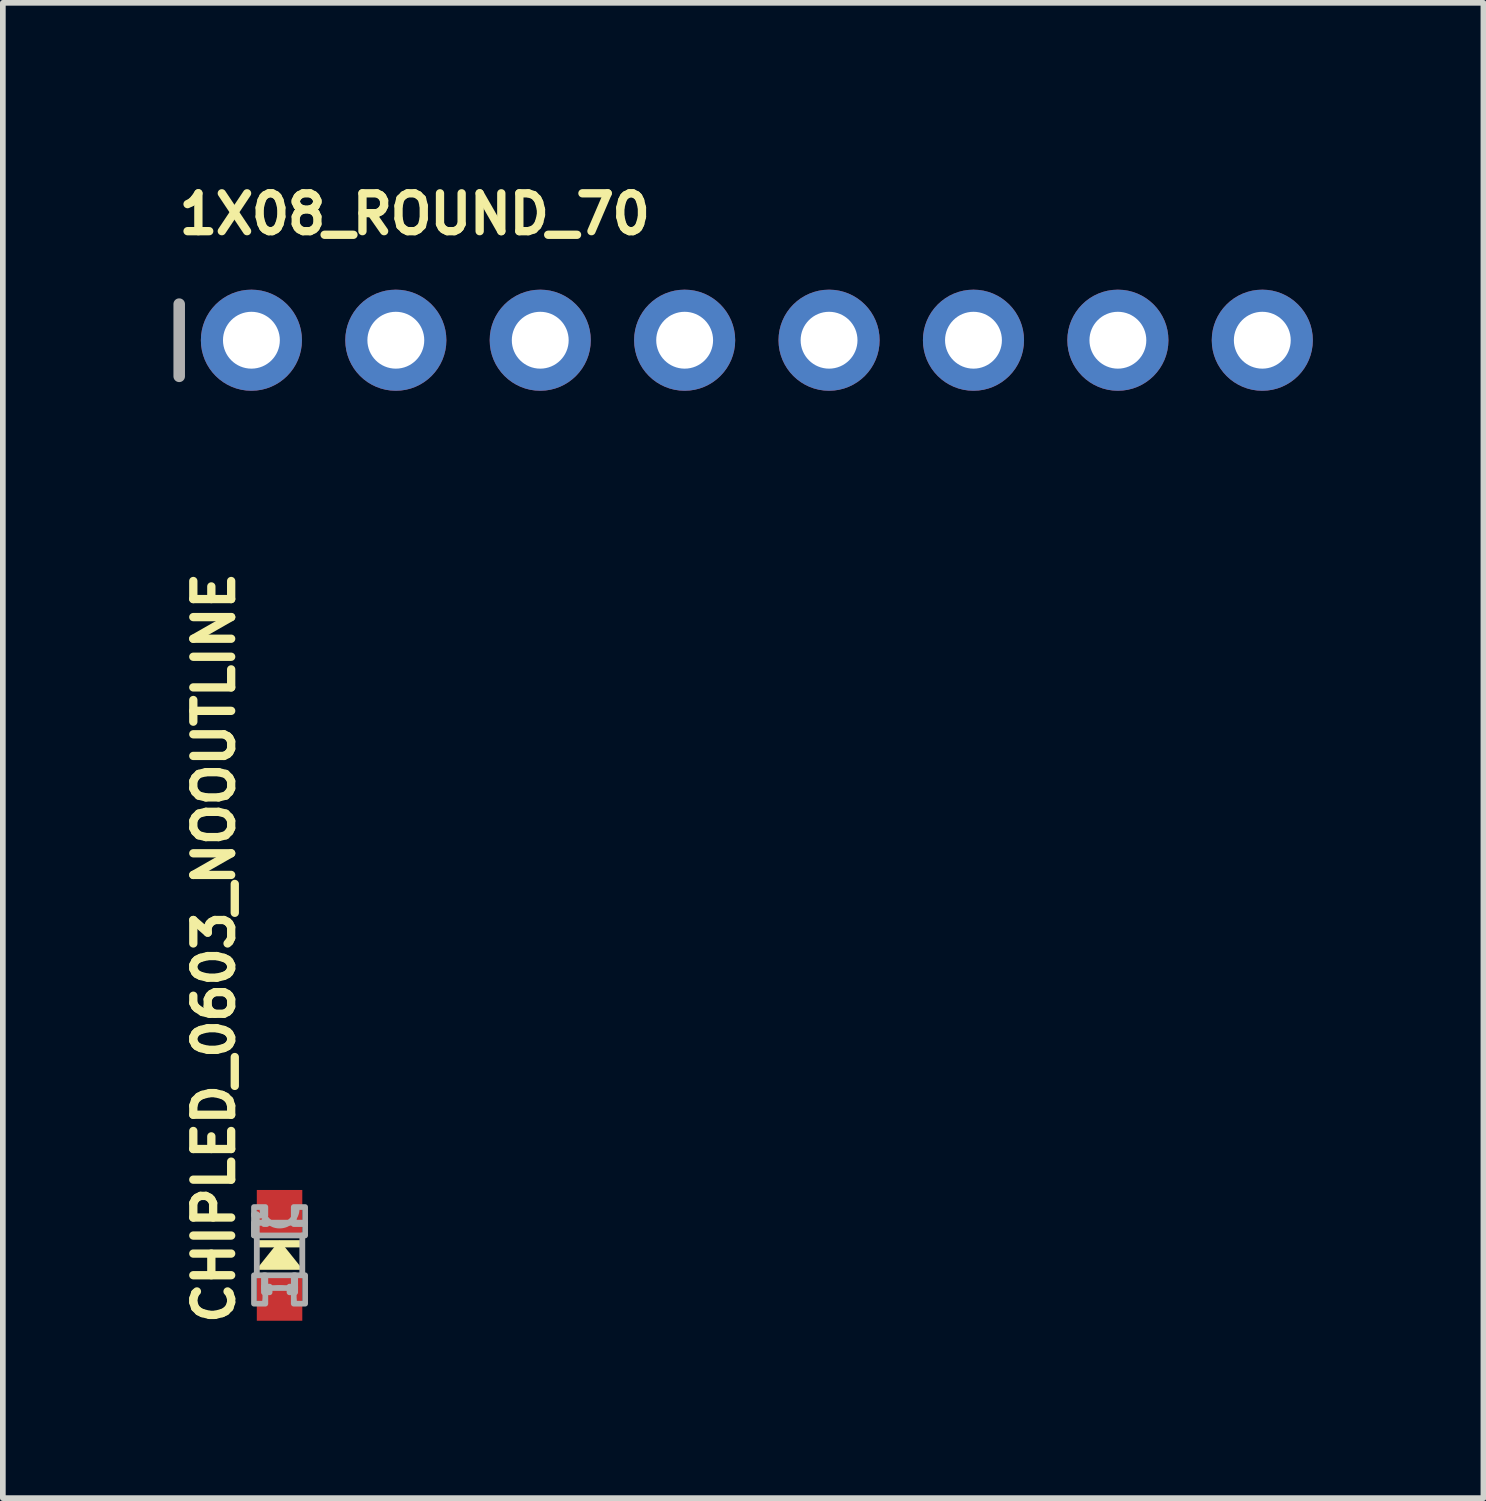
<source format=kicad_pcb>
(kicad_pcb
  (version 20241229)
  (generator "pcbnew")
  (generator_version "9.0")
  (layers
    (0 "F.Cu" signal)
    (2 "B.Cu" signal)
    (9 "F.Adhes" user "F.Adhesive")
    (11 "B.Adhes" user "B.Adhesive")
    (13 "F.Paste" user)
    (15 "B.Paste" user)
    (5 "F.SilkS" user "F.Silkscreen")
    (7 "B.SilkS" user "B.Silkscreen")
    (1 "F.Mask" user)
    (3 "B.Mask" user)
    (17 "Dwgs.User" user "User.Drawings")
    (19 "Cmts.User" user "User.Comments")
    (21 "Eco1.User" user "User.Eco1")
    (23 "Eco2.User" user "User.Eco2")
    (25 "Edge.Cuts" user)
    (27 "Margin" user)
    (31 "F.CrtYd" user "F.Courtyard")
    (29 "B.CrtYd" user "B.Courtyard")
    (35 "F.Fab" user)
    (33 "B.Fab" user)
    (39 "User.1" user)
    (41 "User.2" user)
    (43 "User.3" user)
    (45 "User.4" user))
  (footprint "CHIPLED_0603_NOOUTLINE"
    (layer "F.Cu")
    (at 1.867 19.03)
    (property "Reference" "CHIPLED_0603_NOOUTLINE" (at -0.762 1.27 90) (layer "F.SilkS") (effects (font (size 0.666 0.666) (thickness 0.146)) (justify left bottom)))
    (fp_poly (pts (xy 0.413 0.254) (xy -0.413 0.254) (xy 0 -0.262)) (stroke (width 0) (type solid)) (fill yes) (layer "F.SilkS"))
    (fp_poly (pts (xy -0.381 -0.14) (xy 0.381 -0.14) (xy 0.381 -0.267) (xy -0.381 -0.267)) (stroke (width 0) (type solid)) (fill yes) (layer "F.SilkS"))
    (fp_line (start -0.4 -0.375) (end -0.4 0.35) (stroke (width 0.102) (type solid)) (layer "F.Fab"))
    (fp_line (start 0.4 -0.35) (end 0.4 0.35) (stroke (width 0.102) (type solid)) (layer "F.Fab"))
    (fp_arc (start -0.275 0.825) (mid 0 0.55) (end 0.275 0.825) (stroke (width 0.0508) (type solid)) (layer "F.Fab"))
    (fp_arc (start 0.3 -0.799998) (mid -0.000001 -0.524966) (end -0.3 -0.8) (stroke (width 0.1016) (type solid)) (layer "F.Fab"))
    (fp_circle (center -0.35 -0.625) (end -0.275 -0.625) (stroke (width 0.051) (type solid)) (fill no) (layer "F.Fab"))
    (fp_poly (pts (xy -0.45 -0.7) (xy -0.25 -0.7) (xy -0.25 -0.85) (xy -0.45 -0.85)) (stroke (width 0.1) (type solid)) (fill no) (layer "F.Fab"))
    (fp_poly (pts (xy -0.45 -0.35) (xy -0.4 -0.35) (xy -0.4 -0.725) (xy -0.45 -0.725)) (stroke (width 0.1) (type solid)) (fill no) (layer "F.Fab"))
    (fp_poly (pts (xy -0.45 -0.35) (xy 0.45 -0.35) (xy 0.45 -0.575) (xy -0.45 -0.575)) (stroke (width 0.1) (type solid)) (fill no) (layer "F.Fab"))
    (fp_poly (pts (xy -0.45 0.85) (xy -0.25 0.85) (xy -0.25 0.35) (xy -0.45 0.35)) (stroke (width 0.1) (type solid)) (fill no) (layer "F.Fab"))
    (fp_poly (pts (xy -0.275 -0.55) (xy -0.225 -0.55) (xy -0.225 -0.6) (xy -0.275 -0.6)) (stroke (width 0.1) (type solid)) (fill no) (layer "F.Fab"))
    (fp_poly (pts (xy -0.275 0.575) (xy 0.275 0.575) (xy 0.275 0.35) (xy -0.275 0.35)) (stroke (width 0.1) (type solid)) (fill no) (layer "F.Fab"))
    (fp_poly (pts (xy -0.275 0.65) (xy -0.175 0.65) (xy -0.175 0.55) (xy -0.275 0.55)) (stroke (width 0.1) (type solid)) (fill no) (layer "F.Fab"))
    (fp_poly (pts (xy 0.175 0.65) (xy 0.275 0.65) (xy 0.275 0.55) (xy 0.175 0.55)) (stroke (width 0.1) (type solid)) (fill no) (layer "F.Fab"))
    (fp_poly (pts (xy 0.25 -0.55) (xy 0.45 -0.55) (xy 0.45 -0.85) (xy 0.25 -0.85)) (stroke (width 0.1) (type solid)) (fill no) (layer "F.Fab"))
    (fp_poly (pts (xy 0.25 0.85) (xy 0.45 0.85) (xy 0.45 0.35) (xy 0.25 0.35)) (stroke (width 0.1) (type solid)) (fill no) (layer "F.Fab"))
    (pad "A" smd rect (at 0 0.75) (size 0.8 0.8) (layers "F.Cu" "F.Mask" "F.Paste"))
    (pad "C" smd rect (at 0 -0.75) (size 0.8 0.8) (layers "F.Cu" "F.Mask" "F.Paste")))
  (footprint "1X08_ROUND_70"
    (layer "F.Cu")
    (at 10.262 2.934)
    (property "Reference" "1X08_ROUND_70" (at -10.236 -1.829 0) (layer "F.SilkS") (effects (font (size 0.666 0.666) (thickness 0.146)) (justify left bottom)))
    (fp_line (start -10.16 -0.635) (end -10.16 0.635) (stroke (width 0.203) (type solid)) (layer "F.Fab"))
    (fp_poly (pts (xy -9.144 0.254) (xy -8.636 0.254) (xy -8.636 -0.254) (xy -9.144 -0.254)) (stroke (width 0.1) (type solid)) (fill no) (layer "F.Fab"))
    (fp_poly (pts (xy -6.604 0.254) (xy -6.096 0.254) (xy -6.096 -0.254) (xy -6.604 -0.254)) (stroke (width 0.1) (type solid)) (fill no) (layer "F.Fab"))
    (fp_poly (pts (xy -4.064 0.254) (xy -3.556 0.254) (xy -3.556 -0.254) (xy -4.064 -0.254)) (stroke (width 0.1) (type solid)) (fill no) (layer "F.Fab"))
    (fp_poly (pts (xy -1.524 0.254) (xy -1.016 0.254) (xy -1.016 -0.254) (xy -1.524 -0.254)) (stroke (width 0.1) (type solid)) (fill no) (layer "F.Fab"))
    (fp_poly (pts (xy 1.016 0.254) (xy 1.524 0.254) (xy 1.524 -0.254) (xy 1.016 -0.254)) (stroke (width 0.1) (type solid)) (fill no) (layer "F.Fab"))
    (fp_poly (pts (xy 3.556 0.254) (xy 4.064 0.254) (xy 4.064 -0.254) (xy 3.556 -0.254)) (stroke (width 0.1) (type solid)) (fill no) (layer "F.Fab"))
    (fp_poly (pts (xy 6.096 0.254) (xy 6.604 0.254) (xy 6.604 -0.254) (xy 6.096 -0.254)) (stroke (width 0.1) (type solid)) (fill no) (layer "F.Fab"))
    (fp_poly (pts (xy 8.636 0.254) (xy 9.144 0.254) (xy 9.144 -0.254) (xy 8.636 -0.254)) (stroke (width 0.1) (type solid)) (fill no) (layer "F.Fab"))
    (pad "1" thru_hole circle (at -8.89 0 90) (size 1.778 1.778) (drill 1) (layers "*.Cu" "*.Mask"))
    (pad "2" thru_hole circle (at -6.35 0 90) (size 1.778 1.778) (drill 1) (layers "*.Cu" "*.Mask"))
    (pad "3" thru_hole circle (at -3.81 0 90) (size 1.778 1.778) (drill 1) (layers "*.Cu" "*.Mask"))
    (pad "4" thru_hole circle (at -1.27 0 90) (size 1.778 1.778) (drill 1) (layers "*.Cu" "*.Mask"))
    (pad "5" thru_hole circle (at 1.27 0 90) (size 1.778 1.778) (drill 1) (layers "*.Cu" "*.Mask"))
    (pad "6" thru_hole circle (at 3.81 0 90) (size 1.778 1.778) (drill 1) (layers "*.Cu" "*.Mask"))
    (pad "7" thru_hole circle (at 6.35 0 90) (size 1.778 1.778) (drill 1) (layers "*.Cu" "*.Mask"))
    (pad "8" thru_hole circle (at 8.89 0 90) (size 1.778 1.778) (drill 1) (layers "*.Cu" "*.Mask")))
  (gr_rect
    (start -3 -3)
    (end 23.041 23.3)
    (stroke (width 0.1) (type default))
    (fill no)
    (layer "Edge.Cuts")))
</source>
